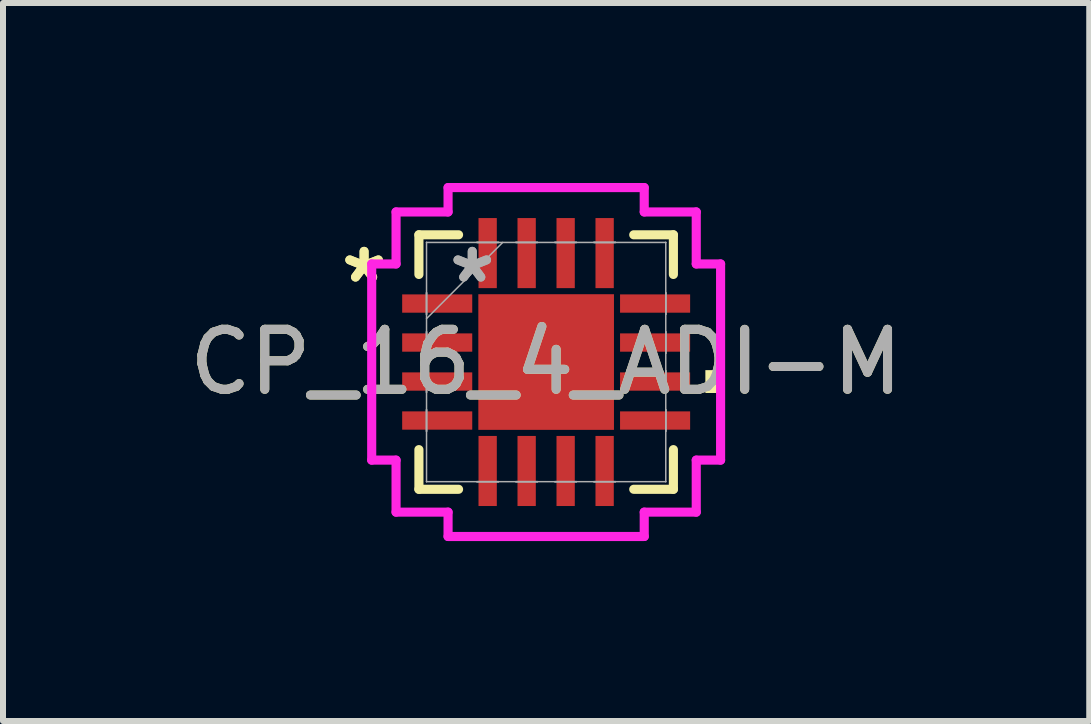
<source format=kicad_pcb>
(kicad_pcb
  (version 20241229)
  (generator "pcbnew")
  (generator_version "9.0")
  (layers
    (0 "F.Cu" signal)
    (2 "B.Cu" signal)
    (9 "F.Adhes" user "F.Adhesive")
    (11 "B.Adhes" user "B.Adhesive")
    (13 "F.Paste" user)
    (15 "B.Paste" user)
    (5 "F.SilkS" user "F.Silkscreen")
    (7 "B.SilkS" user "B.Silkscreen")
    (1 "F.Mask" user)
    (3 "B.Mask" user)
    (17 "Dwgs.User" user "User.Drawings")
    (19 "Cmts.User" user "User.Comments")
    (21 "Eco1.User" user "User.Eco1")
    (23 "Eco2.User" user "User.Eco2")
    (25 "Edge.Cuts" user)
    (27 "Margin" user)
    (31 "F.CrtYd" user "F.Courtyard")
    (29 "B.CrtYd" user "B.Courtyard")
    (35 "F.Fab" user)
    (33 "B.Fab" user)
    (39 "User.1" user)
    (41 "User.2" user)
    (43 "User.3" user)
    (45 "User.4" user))
  (footprint "CP_16_4_ADI-M"
    (layer "F.Cu")
    (at 6.054 2.985)
    (property "Reference" "CP_16_4_ADI-M" (at 0 0 0) (unlocked yes) (layer "F.SilkS") (effects (font (size 1 1) (thickness 0.15))))
    (attr smd)
    (fp_line (start -2.121 -2.121) (end -2.121 -1.46) (stroke (width 0.152) (type solid)) (layer "F.SilkS"))
    (fp_line (start -2.121 1.46) (end -2.121 2.121) (stroke (width 0.152) (type solid)) (layer "F.SilkS"))
    (fp_line (start -2.121 2.121) (end -1.46 2.121) (stroke (width 0.152) (type solid)) (layer "F.SilkS"))
    (fp_line (start -1.46 -2.121) (end -2.121 -2.121) (stroke (width 0.152) (type solid)) (layer "F.SilkS"))
    (fp_line (start 1.46 2.121) (end 2.121 2.121) (stroke (width 0.152) (type solid)) (layer "F.SilkS"))
    (fp_line (start 2.121 -2.121) (end 1.46 -2.121) (stroke (width 0.152) (type solid)) (layer "F.SilkS"))
    (fp_line (start 2.121 -1.46) (end 2.121 -2.121) (stroke (width 0.152) (type solid)) (layer "F.SilkS"))
    (fp_line (start 2.121 2.121) (end 2.121 1.46) (stroke (width 0.152) (type solid)) (layer "F.SilkS"))
    (fp_poly (pts (xy 2.908 0.135) (xy 2.908 0.516) (xy 2.654 0.516) (xy 2.654 0.135)) (stroke (width 0) (type solid)) (fill yes) (layer "F.SilkS"))
    (fp_line (start -2.908 -1.635) (end -2.502 -1.635) (stroke (width 0.152) (type solid)) (layer "F.CrtYd"))
    (fp_line (start -2.908 1.635) (end -2.908 -1.635) (stroke (width 0.152) (type solid)) (layer "F.CrtYd"))
    (fp_line (start -2.502 -2.502) (end -1.635 -2.502) (stroke (width 0.152) (type solid)) (layer "F.CrtYd"))
    (fp_line (start -2.502 -1.635) (end -2.502 -2.502) (stroke (width 0.152) (type solid)) (layer "F.CrtYd"))
    (fp_line (start -2.502 1.635) (end -2.908 1.635) (stroke (width 0.152) (type solid)) (layer "F.CrtYd"))
    (fp_line (start -2.502 2.502) (end -2.502 1.635) (stroke (width 0.152) (type solid)) (layer "F.CrtYd"))
    (fp_line (start -1.635 -2.908) (end 1.635 -2.908) (stroke (width 0.152) (type solid)) (layer "F.CrtYd"))
    (fp_line (start -1.635 -2.502) (end -1.635 -2.908) (stroke (width 0.152) (type solid)) (layer "F.CrtYd"))
    (fp_line (start -1.635 2.502) (end -2.502 2.502) (stroke (width 0.152) (type solid)) (layer "F.CrtYd"))
    (fp_line (start -1.635 2.908) (end -1.635 2.502) (stroke (width 0.152) (type solid)) (layer "F.CrtYd"))
    (fp_line (start 1.635 -2.908) (end 1.635 -2.502) (stroke (width 0.152) (type solid)) (layer "F.CrtYd"))
    (fp_line (start 1.635 -2.502) (end 2.502 -2.502) (stroke (width 0.152) (type solid)) (layer "F.CrtYd"))
    (fp_line (start 1.635 2.502) (end 1.635 2.908) (stroke (width 0.152) (type solid)) (layer "F.CrtYd"))
    (fp_line (start 1.635 2.908) (end -1.635 2.908) (stroke (width 0.152) (type solid)) (layer "F.CrtYd"))
    (fp_line (start 2.502 -2.502) (end 2.502 -1.635) (stroke (width 0.152) (type solid)) (layer "F.CrtYd"))
    (fp_line (start 2.502 -1.635) (end 2.908 -1.635) (stroke (width 0.152) (type solid)) (layer "F.CrtYd"))
    (fp_line (start 2.502 1.635) (end 2.502 2.502) (stroke (width 0.152) (type solid)) (layer "F.CrtYd"))
    (fp_line (start 2.502 2.502) (end 1.635 2.502) (stroke (width 0.152) (type solid)) (layer "F.CrtYd"))
    (fp_line (start 2.908 -1.635) (end 2.908 1.635) (stroke (width 0.152) (type solid)) (layer "F.CrtYd"))
    (fp_line (start 2.908 1.635) (end 2.502 1.635) (stroke (width 0.152) (type solid)) (layer "F.CrtYd"))
    (fp_line (start -1.994 -1.994) (end -1.994 -1.994) (stroke (width 0.025) (type solid)) (layer "F.Fab"))
    (fp_line (start -1.994 -1.994) (end -1.994 1.994) (stroke (width 0.025) (type solid)) (layer "F.Fab"))
    (fp_line (start -1.994 -1.153) (end -1.994 -1.153) (stroke (width 0.025) (type solid)) (layer "F.Fab"))
    (fp_line (start -1.994 -1.153) (end -1.994 -0.797) (stroke (width 0.025) (type solid)) (layer "F.Fab"))
    (fp_line (start -1.994 -0.797) (end -1.994 -1.153) (stroke (width 0.025) (type solid)) (layer "F.Fab"))
    (fp_line (start -1.994 -0.797) (end -1.994 -0.797) (stroke (width 0.025) (type solid)) (layer "F.Fab"))
    (fp_line (start -1.994 -0.724) (end -0.724 -1.994) (stroke (width 0.025) (type solid)) (layer "F.Fab"))
    (fp_line (start -1.994 -0.503) (end -1.994 -0.503) (stroke (width 0.025) (type solid)) (layer "F.Fab"))
    (fp_line (start -1.994 -0.503) (end -1.994 -0.147) (stroke (width 0.025) (type solid)) (layer "F.Fab"))
    (fp_line (start -1.994 -0.147) (end -1.994 -0.503) (stroke (width 0.025) (type solid)) (layer "F.Fab"))
    (fp_line (start -1.994 -0.147) (end -1.994 -0.147) (stroke (width 0.025) (type solid)) (layer "F.Fab"))
    (fp_line (start -1.994 0.147) (end -1.994 0.147) (stroke (width 0.025) (type solid)) (layer "F.Fab"))
    (fp_line (start -1.994 0.147) (end -1.994 0.503) (stroke (width 0.025) (type solid)) (layer "F.Fab"))
    (fp_line (start -1.994 0.503) (end -1.994 0.147) (stroke (width 0.025) (type solid)) (layer "F.Fab"))
    (fp_line (start -1.994 0.503) (end -1.994 0.503) (stroke (width 0.025) (type solid)) (layer "F.Fab"))
    (fp_line (start -1.994 0.797) (end -1.994 0.797) (stroke (width 0.025) (type solid)) (layer "F.Fab"))
    (fp_line (start -1.994 0.797) (end -1.994 1.153) (stroke (width 0.025) (type solid)) (layer "F.Fab"))
    (fp_line (start -1.994 1.153) (end -1.994 0.797) (stroke (width 0.025) (type solid)) (layer "F.Fab"))
    (fp_line (start -1.994 1.153) (end -1.994 1.153) (stroke (width 0.025) (type solid)) (layer "F.Fab"))
    (fp_line (start -1.994 1.994) (end -1.994 1.994) (stroke (width 0.025) (type solid)) (layer "F.Fab"))
    (fp_line (start -1.994 1.994) (end 1.994 1.994) (stroke (width 0.025) (type solid)) (layer "F.Fab"))
    (fp_line (start -1.153 -1.994) (end -1.153 -1.994) (stroke (width 0.025) (type solid)) (layer "F.Fab"))
    (fp_line (start -1.153 -1.994) (end -0.797 -1.994) (stroke (width 0.025) (type solid)) (layer "F.Fab"))
    (fp_line (start -1.153 1.994) (end -1.153 1.994) (stroke (width 0.025) (type solid)) (layer "F.Fab"))
    (fp_line (start -1.153 1.994) (end -0.797 1.994) (stroke (width 0.025) (type solid)) (layer "F.Fab"))
    (fp_line (start -0.797 -1.994) (end -1.153 -1.994) (stroke (width 0.025) (type solid)) (layer "F.Fab"))
    (fp_line (start -0.797 -1.994) (end -0.797 -1.994) (stroke (width 0.025) (type solid)) (layer "F.Fab"))
    (fp_line (start -0.797 1.994) (end -1.153 1.994) (stroke (width 0.025) (type solid)) (layer "F.Fab"))
    (fp_line (start -0.797 1.994) (end -0.797 1.994) (stroke (width 0.025) (type solid)) (layer "F.Fab"))
    (fp_line (start -0.503 -1.994) (end -0.503 -1.994) (stroke (width 0.025) (type solid)) (layer "F.Fab"))
    (fp_line (start -0.503 -1.994) (end -0.147 -1.994) (stroke (width 0.025) (type solid)) (layer "F.Fab"))
    (fp_line (start -0.503 1.994) (end -0.503 1.994) (stroke (width 0.025) (type solid)) (layer "F.Fab"))
    (fp_line (start -0.503 1.994) (end -0.147 1.994) (stroke (width 0.025) (type solid)) (layer "F.Fab"))
    (fp_line (start -0.147 -1.994) (end -0.503 -1.994) (stroke (width 0.025) (type solid)) (layer "F.Fab"))
    (fp_line (start -0.147 -1.994) (end -0.147 -1.994) (stroke (width 0.025) (type solid)) (layer "F.Fab"))
    (fp_line (start -0.147 1.994) (end -0.503 1.994) (stroke (width 0.025) (type solid)) (layer "F.Fab"))
    (fp_line (start -0.147 1.994) (end -0.147 1.994) (stroke (width 0.025) (type solid)) (layer "F.Fab"))
    (fp_line (start 0.147 -1.994) (end 0.147 -1.994) (stroke (width 0.025) (type solid)) (layer "F.Fab"))
    (fp_line (start 0.147 -1.994) (end 0.503 -1.994) (stroke (width 0.025) (type solid)) (layer "F.Fab"))
    (fp_line (start 0.147 1.994) (end 0.147 1.994) (stroke (width 0.025) (type solid)) (layer "F.Fab"))
    (fp_line (start 0.147 1.994) (end 0.503 1.994) (stroke (width 0.025) (type solid)) (layer "F.Fab"))
    (fp_line (start 0.503 -1.994) (end 0.147 -1.994) (stroke (width 0.025) (type solid)) (layer "F.Fab"))
    (fp_line (start 0.503 -1.994) (end 0.503 -1.994) (stroke (width 0.025) (type solid)) (layer "F.Fab"))
    (fp_line (start 0.503 1.994) (end 0.147 1.994) (stroke (width 0.025) (type solid)) (layer "F.Fab"))
    (fp_line (start 0.503 1.994) (end 0.503 1.994) (stroke (width 0.025) (type solid)) (layer "F.Fab"))
    (fp_line (start 0.797 -1.994) (end 0.797 -1.994) (stroke (width 0.025) (type solid)) (layer "F.Fab"))
    (fp_line (start 0.797 -1.994) (end 1.153 -1.994) (stroke (width 0.025) (type solid)) (layer "F.Fab"))
    (fp_line (start 0.797 1.994) (end 0.797 1.994) (stroke (width 0.025) (type solid)) (layer "F.Fab"))
    (fp_line (start 0.797 1.994) (end 1.153 1.994) (stroke (width 0.025) (type solid)) (layer "F.Fab"))
    (fp_line (start 1.153 -1.994) (end 0.797 -1.994) (stroke (width 0.025) (type solid)) (layer "F.Fab"))
    (fp_line (start 1.153 -1.994) (end 1.153 -1.994) (stroke (width 0.025) (type solid)) (layer "F.Fab"))
    (fp_line (start 1.153 1.994) (end 0.797 1.994) (stroke (width 0.025) (type solid)) (layer "F.Fab"))
    (fp_line (start 1.153 1.994) (end 1.153 1.994) (stroke (width 0.025) (type solid)) (layer "F.Fab"))
    (fp_line (start 1.994 -1.994) (end -1.994 -1.994) (stroke (width 0.025) (type solid)) (layer "F.Fab"))
    (fp_line (start 1.994 -1.994) (end 1.994 -1.994) (stroke (width 0.025) (type solid)) (layer "F.Fab"))
    (fp_line (start 1.994 -1.153) (end 1.994 -1.153) (stroke (width 0.025) (type solid)) (layer "F.Fab"))
    (fp_line (start 1.994 -1.153) (end 1.994 -0.797) (stroke (width 0.025) (type solid)) (layer "F.Fab"))
    (fp_line (start 1.994 -0.797) (end 1.994 -1.153) (stroke (width 0.025) (type solid)) (layer "F.Fab"))
    (fp_line (start 1.994 -0.797) (end 1.994 -0.797) (stroke (width 0.025) (type solid)) (layer "F.Fab"))
    (fp_line (start 1.994 -0.503) (end 1.994 -0.503) (stroke (width 0.025) (type solid)) (layer "F.Fab"))
    (fp_line (start 1.994 -0.503) (end 1.994 -0.147) (stroke (width 0.025) (type solid)) (layer "F.Fab"))
    (fp_line (start 1.994 -0.147) (end 1.994 -0.503) (stroke (width 0.025) (type solid)) (layer "F.Fab"))
    (fp_line (start 1.994 -0.147) (end 1.994 -0.147) (stroke (width 0.025) (type solid)) (layer "F.Fab"))
    (fp_line (start 1.994 0.147) (end 1.994 0.147) (stroke (width 0.025) (type solid)) (layer "F.Fab"))
    (fp_line (start 1.994 0.147) (end 1.994 0.503) (stroke (width 0.025) (type solid)) (layer "F.Fab"))
    (fp_line (start 1.994 0.503) (end 1.994 0.147) (stroke (width 0.025) (type solid)) (layer "F.Fab"))
    (fp_line (start 1.994 0.503) (end 1.994 0.503) (stroke (width 0.025) (type solid)) (layer "F.Fab"))
    (fp_line (start 1.994 0.797) (end 1.994 0.797) (stroke (width 0.025) (type solid)) (layer "F.Fab"))
    (fp_line (start 1.994 0.797) (end 1.994 1.153) (stroke (width 0.025) (type solid)) (layer "F.Fab"))
    (fp_line (start 1.994 1.153) (end 1.994 0.797) (stroke (width 0.025) (type solid)) (layer "F.Fab"))
    (fp_line (start 1.994 1.153) (end 1.994 1.153) (stroke (width 0.025) (type solid)) (layer "F.Fab"))
    (fp_line (start 1.994 1.994) (end 1.994 -1.994) (stroke (width 0.025) (type solid)) (layer "F.Fab"))
    (fp_line (start 1.994 1.994) (end 1.994 1.994) (stroke (width 0.025) (type solid)) (layer "F.Fab"))
    (fp_text user "*" (at -3.035 -1.3 0) (layer "F.SilkS") (effects (font (size 1 1) (thickness 0.15))))
    (fp_text user "*" (at -3.035 -1.3 0) (unlocked yes) (layer "F.SilkS") (effects (font (size 1 1) (thickness 0.15))))
    (fp_text user "*" (at -1.232 -1.3 0) (unlocked yes) (layer "F.Fab") (effects (font (size 1 1) (thickness 0.15))))
    (fp_text user "${REFERENCE}" (at 0 0 0) (unlocked yes) (layer "F.Fab") (effects (font (size 1 1) (thickness 0.15))))
    (fp_text user "*" (at -1.232 -1.3 0) (layer "F.Fab") (effects (font (size 1 1) (thickness 0.15))))
    (pad "1" smd rect (at -1.816 -0.975 90) (size 0.305 1.168) (layers "F.Cu" "F.Mask" "F.Paste"))
    (pad "2" smd rect (at -1.816 -0.325 90) (size 0.305 1.168) (layers "F.Cu" "F.Mask" "F.Paste"))
    (pad "3" smd rect (at -1.816 0.325 90) (size 0.305 1.168) (layers "F.Cu" "F.Mask" "F.Paste"))
    (pad "4" smd rect (at -1.816 0.975 90) (size 0.305 1.168) (layers "F.Cu" "F.Mask" "F.Paste"))
    (pad "5" smd rect (at -0.975 1.816) (size 0.305 1.168) (layers "F.Cu" "F.Mask" "F.Paste"))
    (pad "6" smd rect (at -0.325 1.816) (size 0.305 1.168) (layers "F.Cu" "F.Mask" "F.Paste"))
    (pad "7" smd rect (at 0.325 1.816) (size 0.305 1.168) (layers "F.Cu" "F.Mask" "F.Paste"))
    (pad "8" smd rect (at 0.975 1.816) (size 0.305 1.168) (layers "F.Cu" "F.Mask" "F.Paste"))
    (pad "9" smd rect (at 1.816 0.975 90) (size 0.305 1.168) (layers "F.Cu" "F.Mask" "F.Paste"))
    (pad "10" smd rect (at 1.816 0.325 90) (size 0.305 1.168) (layers "F.Cu" "F.Mask" "F.Paste"))
    (pad "11" smd rect (at 1.816 -0.325 90) (size 0.305 1.168) (layers "F.Cu" "F.Mask" "F.Paste"))
    (pad "12" smd rect (at 1.816 -0.975 90) (size 0.305 1.168) (layers "F.Cu" "F.Mask" "F.Paste"))
    (pad "13" smd rect (at 0.975 -1.816) (size 0.305 1.168) (layers "F.Cu" "F.Mask" "F.Paste"))
    (pad "14" smd rect (at 0.325 -1.816) (size 0.305 1.168) (layers "F.Cu" "F.Mask" "F.Paste"))
    (pad "15" smd rect (at -0.325 -1.816) (size 0.305 1.168) (layers "F.Cu" "F.Mask" "F.Paste"))
    (pad "16" smd rect (at -0.975 -1.816) (size 0.305 1.168) (layers "F.Cu" "F.Mask" "F.Paste"))
    (pad "17" smd rect (at 0 0) (size 2.261 2.261) (layers "F.Cu" "F.Mask" "F.Paste")))
  (gr_rect
    (start -3 -3)
    (end 15.107 8.969)
    (stroke (width 0.1) (type default))
    (fill no)
    (layer "Edge.Cuts")))
</source>
